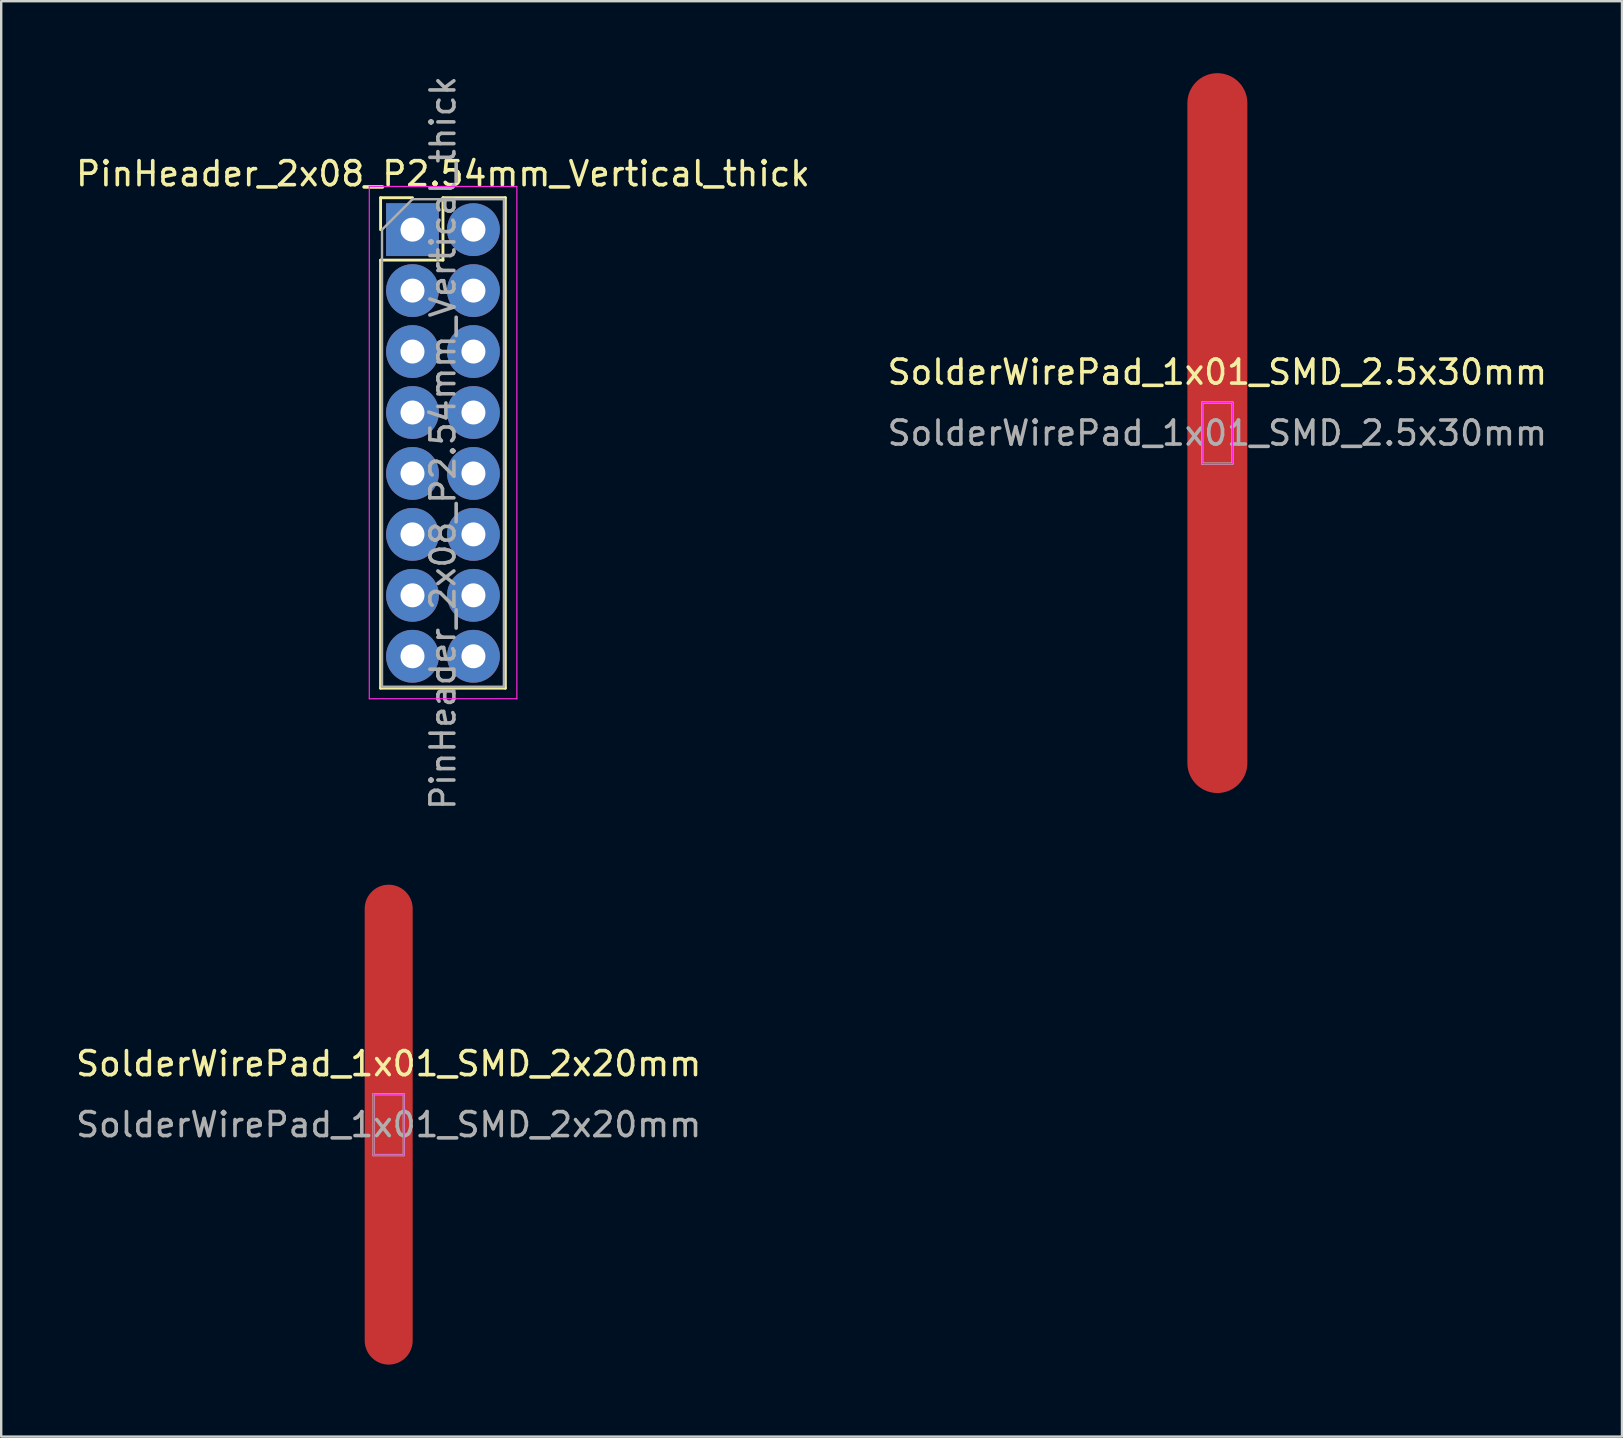
<source format=kicad_pcb>
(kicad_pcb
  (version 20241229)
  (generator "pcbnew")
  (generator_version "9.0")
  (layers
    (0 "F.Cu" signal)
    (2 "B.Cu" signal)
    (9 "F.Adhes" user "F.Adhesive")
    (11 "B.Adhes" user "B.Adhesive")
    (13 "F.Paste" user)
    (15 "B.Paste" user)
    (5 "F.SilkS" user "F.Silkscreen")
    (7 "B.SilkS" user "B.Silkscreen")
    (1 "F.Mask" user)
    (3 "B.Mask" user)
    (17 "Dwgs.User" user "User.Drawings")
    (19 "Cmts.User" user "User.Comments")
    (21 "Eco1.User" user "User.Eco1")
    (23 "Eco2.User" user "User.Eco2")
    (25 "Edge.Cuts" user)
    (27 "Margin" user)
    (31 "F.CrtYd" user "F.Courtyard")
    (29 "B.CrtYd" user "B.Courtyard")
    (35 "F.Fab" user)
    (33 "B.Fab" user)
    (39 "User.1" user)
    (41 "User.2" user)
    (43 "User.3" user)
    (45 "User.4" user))
  (footprint "SolderWirePad_1x01_SMD_2.5x30mm"
    (layer "F.Cu")
    (at 47.685 15)
    (property "Reference" "SolderWirePad_1x01_SMD_2.5x30mm" (at 0 -2.54 0) (layer "F.SilkS") (effects (font (size 1 1) (thickness 0.15))))
    (attr exclude_from_pos_files exclude_from_bom)
    (fp_line (start -0.63 -1.27) (end -0.63 1.27) (stroke (width 0.05) (type solid)) (layer "F.CrtYd"))
    (fp_line (start -0.63 1.27) (end 0.63 1.27) (stroke (width 0.05) (type solid)) (layer "F.CrtYd"))
    (fp_line (start 0.63 -1.27) (end -0.63 -1.27) (stroke (width 0.05) (type solid)) (layer "F.CrtYd"))
    (fp_line (start 0.63 1.27) (end 0.63 -1.27) (stroke (width 0.05) (type solid)) (layer "F.CrtYd"))
    (fp_line (start -0.63 -1.27) (end 0.63 -1.27) (stroke (width 0.1) (type solid)) (layer "F.Fab"))
    (fp_line (start -0.63 1.27) (end -0.63 -1.27) (stroke (width 0.1) (type solid)) (layer "F.Fab"))
    (fp_line (start 0.63 -1.27) (end 0.63 1.27) (stroke (width 0.1) (type solid)) (layer "F.Fab"))
    (fp_line (start 0.63 1.27) (end -0.63 1.27) (stroke (width 0.1) (type solid)) (layer "F.Fab"))
    (fp_text user "${REFERENCE}" (at 0 0 0) (layer "F.Fab") (effects (font (size 1 1) (thickness 0.15))))
    (pad "1" smd oval (at 0 0) (size 2.5 30) (layers "F.Cu" "F.Mask" "F.Paste")))
  (footprint "SolderWirePad_1x01_SMD_2x20mm"
    (layer "F.Cu")
    (at 13.149 43.821)
    (property "Reference" "SolderWirePad_1x01_SMD_2x20mm" (at 0 -2.54 0) (layer "F.SilkS") (effects (font (size 1 1) (thickness 0.15))))
    (attr exclude_from_pos_files exclude_from_bom)
    (fp_line (start -0.63 -1.27) (end -0.63 1.27) (stroke (width 0.05) (type solid)) (layer "F.CrtYd"))
    (fp_line (start -0.63 1.27) (end 0.63 1.27) (stroke (width 0.05) (type solid)) (layer "F.CrtYd"))
    (fp_line (start 0.63 -1.27) (end -0.63 -1.27) (stroke (width 0.05) (type solid)) (layer "F.CrtYd"))
    (fp_line (start 0.63 1.27) (end 0.63 -1.27) (stroke (width 0.05) (type solid)) (layer "F.CrtYd"))
    (fp_line (start -0.63 -1.27) (end 0.63 -1.27) (stroke (width 0.1) (type solid)) (layer "F.Fab"))
    (fp_line (start -0.63 1.27) (end -0.63 -1.27) (stroke (width 0.1) (type solid)) (layer "F.Fab"))
    (fp_line (start 0.63 -1.27) (end 0.63 1.27) (stroke (width 0.1) (type solid)) (layer "F.Fab"))
    (fp_line (start 0.63 1.27) (end -0.63 1.27) (stroke (width 0.1) (type solid)) (layer "F.Fab"))
    (fp_text user "${REFERENCE}" (at 0 0 0) (layer "F.Fab") (effects (font (size 1 1) (thickness 0.15))))
    (pad "1" smd oval (at 0 0) (size 2 20) (layers "F.Cu" "F.Mask" "F.Paste")))
  (footprint "PinHeader_2x08_P2.54mm_Vertical_thick"
    (layer "F.Cu")
    (at 14.141 6.521)
    (property "Reference" "PinHeader_2x08_P2.54mm_Vertical_thick" (at 1.27 -2.33 0) (layer "F.SilkS") (effects (font (size 1 1) (thickness 0.15))))
    (attr through_hole)
    (fp_line (start -1.33 -1.33) (end 0 -1.33) (stroke (width 0.12) (type solid)) (layer "F.SilkS"))
    (fp_line (start -1.33 0) (end -1.33 -1.33) (stroke (width 0.12) (type solid)) (layer "F.SilkS"))
    (fp_line (start -1.33 1.27) (end -1.33 19.11) (stroke (width 0.12) (type solid)) (layer "F.SilkS"))
    (fp_line (start -1.33 1.27) (end 1.27 1.27) (stroke (width 0.12) (type solid)) (layer "F.SilkS"))
    (fp_line (start -1.33 19.11) (end 3.87 19.11) (stroke (width 0.12) (type solid)) (layer "F.SilkS"))
    (fp_line (start 1.27 -1.33) (end 3.87 -1.33) (stroke (width 0.12) (type solid)) (layer "F.SilkS"))
    (fp_line (start 1.27 1.27) (end 1.27 -1.33) (stroke (width 0.12) (type solid)) (layer "F.SilkS"))
    (fp_line (start 3.87 -1.33) (end 3.87 19.11) (stroke (width 0.12) (type solid)) (layer "F.SilkS"))
    (fp_line (start -1.8 -1.8) (end -1.8 19.55) (stroke (width 0.05) (type solid)) (layer "F.CrtYd"))
    (fp_line (start -1.8 19.55) (end 4.35 19.55) (stroke (width 0.05) (type solid)) (layer "F.CrtYd"))
    (fp_line (start 4.35 -1.8) (end -1.8 -1.8) (stroke (width 0.05) (type solid)) (layer "F.CrtYd"))
    (fp_line (start 4.35 19.55) (end 4.35 -1.8) (stroke (width 0.05) (type solid)) (layer "F.CrtYd"))
    (fp_line (start -1.27 0) (end 0 -1.27) (stroke (width 0.1) (type solid)) (layer "F.Fab"))
    (fp_line (start -1.27 19.05) (end -1.27 0) (stroke (width 0.1) (type solid)) (layer "F.Fab"))
    (fp_line (start 0 -1.27) (end 3.81 -1.27) (stroke (width 0.1) (type solid)) (layer "F.Fab"))
    (fp_line (start 3.81 -1.27) (end 3.81 19.05) (stroke (width 0.1) (type solid)) (layer "F.Fab"))
    (fp_line (start 3.81 19.05) (end -1.27 19.05) (stroke (width 0.1) (type solid)) (layer "F.Fab"))
    (fp_text user "${REFERENCE}" (at 1.27 8.89 90) (layer "F.Fab") (effects (font (size 1 1) (thickness 0.15))))
    (pad "1" thru_hole rect (at 0 0) (size 2.2 2.2) (drill 1) (layers "*.Cu" "*.Mask"))
    (pad "2" thru_hole oval (at 2.54 0) (size 2.2 2.2) (drill 1) (layers "*.Cu" "*.Mask"))
    (pad "3" thru_hole oval (at 0 2.54) (size 2.2 2.2) (drill 1) (layers "*.Cu" "*.Mask"))
    (pad "4" thru_hole oval (at 2.54 2.54) (size 2.2 2.2) (drill 1) (layers "*.Cu" "*.Mask"))
    (pad "5" thru_hole oval (at 0 5.08) (size 2.2 2.2) (drill 1) (layers "*.Cu" "*.Mask"))
    (pad "6" thru_hole oval (at 2.54 5.08) (size 2.2 2.2) (drill 1) (layers "*.Cu" "*.Mask"))
    (pad "7" thru_hole oval (at 0 7.62) (size 2.2 2.2) (drill 1) (layers "*.Cu" "*.Mask"))
    (pad "8" thru_hole oval (at 2.54 7.62) (size 2.2 2.2) (drill 1) (layers "*.Cu" "*.Mask"))
    (pad "9" thru_hole oval (at 0 10.16) (size 2.2 2.2) (drill 1) (layers "*.Cu" "*.Mask"))
    (pad "10" thru_hole oval (at 2.54 10.16) (size 2.2 2.2) (drill 1) (layers "*.Cu" "*.Mask"))
    (pad "11" thru_hole oval (at 0 12.7) (size 2.2 2.2) (drill 1) (layers "*.Cu" "*.Mask"))
    (pad "12" thru_hole oval (at 2.54 12.7) (size 2.2 2.2) (drill 1) (layers "*.Cu" "*.Mask"))
    (pad "13" thru_hole oval (at 0 15.24) (size 2.2 2.2) (drill 1) (layers "*.Cu" "*.Mask"))
    (pad "14" thru_hole oval (at 2.54 15.24) (size 2.2 2.2) (drill 1) (layers "*.Cu" "*.Mask"))
    (pad "15" thru_hole oval (at 0 17.78) (size 2.2 2.2) (drill 1) (layers "*.Cu" "*.Mask"))
    (pad "16" thru_hole oval (at 2.54 17.78) (size 2.2 2.2) (drill 1) (layers "*.Cu" "*.Mask")))
  (gr_rect
    (start -3 -3)
    (end 64.548 56.821)
    (stroke (width 0.1) (type default))
    (fill no)
    (layer "Edge.Cuts")))
</source>
